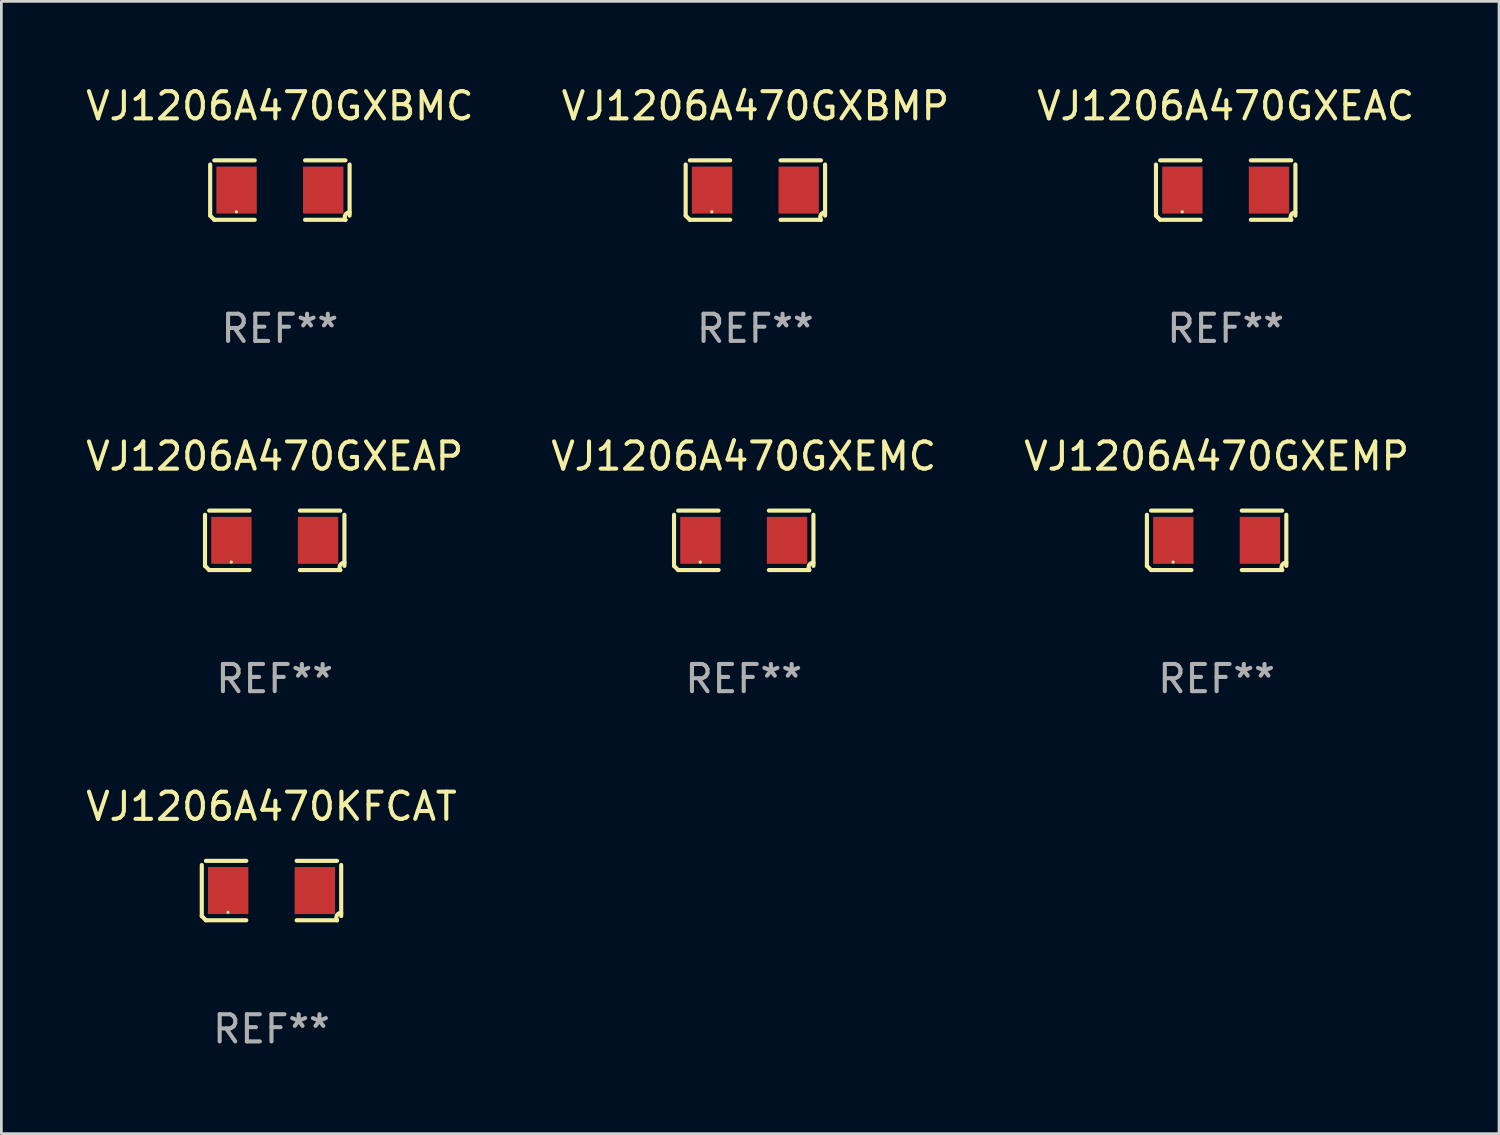
<source format=kicad_pcb>
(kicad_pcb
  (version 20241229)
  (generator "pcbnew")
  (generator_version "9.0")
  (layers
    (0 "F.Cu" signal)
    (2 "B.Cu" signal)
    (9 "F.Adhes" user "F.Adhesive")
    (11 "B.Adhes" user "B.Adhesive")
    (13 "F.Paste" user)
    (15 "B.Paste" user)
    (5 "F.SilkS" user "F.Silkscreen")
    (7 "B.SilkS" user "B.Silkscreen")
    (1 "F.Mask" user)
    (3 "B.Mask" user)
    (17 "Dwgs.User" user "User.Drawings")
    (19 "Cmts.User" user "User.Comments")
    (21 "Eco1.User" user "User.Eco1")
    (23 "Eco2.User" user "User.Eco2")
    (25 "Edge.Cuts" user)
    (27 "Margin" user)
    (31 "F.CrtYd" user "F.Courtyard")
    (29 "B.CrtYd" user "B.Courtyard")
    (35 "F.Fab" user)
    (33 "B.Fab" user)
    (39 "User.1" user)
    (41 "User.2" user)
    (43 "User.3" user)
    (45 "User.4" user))
  (footprint "VJ1206A470GXBMC"
    (layer "F.Cu")
    (at 7.244 3.941)
    (property "Reference" "VJ1206A470GXBMC" (at 0 -3.093 0) (layer "F.SilkS") (effects (font (size 1 1) (thickness 0.15))))
    (attr through_hole)
    (fp_line (start -2.564 0.94) (end -2.564 -0.94) (stroke (width 0.152) (type solid)) (layer "F.SilkS"))
    (fp_line (start -2.411 -1.093) (end -0.926 -1.093) (stroke (width 0.152) (type solid)) (layer "F.SilkS"))
    (fp_line (start -0.926 1.093) (end -2.411 1.093) (stroke (width 0.152) (type solid)) (layer "F.SilkS"))
    (fp_line (start 0.926 1.093) (end 2.411 1.093) (stroke (width 0.152) (type solid)) (layer "F.SilkS"))
    (fp_line (start 2.411 -1.093) (end 0.926 -1.093) (stroke (width 0.152) (type solid)) (layer "F.SilkS"))
    (fp_line (start 2.564 0.94) (end 2.564 -0.94) (stroke (width 0.152) (type solid)) (layer "F.SilkS"))
    (fp_arc (start -2.411201 1.092609) (mid -2.487413 1.01642) (end -2.563602 0.940208) (stroke (width 0.1524) (type solid)) (layer "F.SilkS"))
    (fp_arc (start 2.411201 1.092609) (mid 2.407159 0.911226) (end 2.563602 0.819347) (stroke (width 0.1524) (type solid)) (layer "F.SilkS"))
    (fp_circle (center -1.6 0.8) (end -1.57 0.8) (stroke (width 0.06) (type solid)) (fill no) (layer "F.SilkS"))
    (fp_text user "REF**" (at 0 5.093 0) (layer "F.Fab") (effects (font (size 1 1) (thickness 0.15))))
    (pad "1" smd rect (at -1.593 0) (size 1.485 1.728) (layers "F.Cu" "F.Mask" "F.Paste"))
    (pad "2" smd rect (at 1.593 0) (size 1.485 1.728) (layers "F.Cu" "F.Mask" "F.Paste")))
  (footprint "VJ1206A470GXEAC"
    (layer "F.Cu")
    (at 42.03 3.941)
    (property "Reference" "VJ1206A470GXEAC" (at 0 -3.093 0) (layer "F.SilkS") (effects (font (size 1 1) (thickness 0.15))))
    (attr through_hole)
    (fp_line (start -2.564 0.94) (end -2.564 -0.94) (stroke (width 0.152) (type solid)) (layer "F.SilkS"))
    (fp_line (start -2.411 -1.093) (end -0.926 -1.093) (stroke (width 0.152) (type solid)) (layer "F.SilkS"))
    (fp_line (start -0.926 1.093) (end -2.411 1.093) (stroke (width 0.152) (type solid)) (layer "F.SilkS"))
    (fp_line (start 0.926 1.093) (end 2.411 1.093) (stroke (width 0.152) (type solid)) (layer "F.SilkS"))
    (fp_line (start 2.411 -1.093) (end 0.926 -1.093) (stroke (width 0.152) (type solid)) (layer "F.SilkS"))
    (fp_line (start 2.564 0.94) (end 2.564 -0.94) (stroke (width 0.152) (type solid)) (layer "F.SilkS"))
    (fp_arc (start -2.411201 1.092609) (mid -2.487413 1.01642) (end -2.563602 0.940208) (stroke (width 0.1524) (type solid)) (layer "F.SilkS"))
    (fp_arc (start 2.411201 1.092609) (mid 2.407159 0.911226) (end 2.563602 0.819347) (stroke (width 0.1524) (type solid)) (layer "F.SilkS"))
    (fp_circle (center -1.6 0.8) (end -1.57 0.8) (stroke (width 0.06) (type solid)) (fill no) (layer "F.SilkS"))
    (fp_text user "REF**" (at 0 5.093 0) (layer "F.Fab") (effects (font (size 1 1) (thickness 0.15))))
    (pad "1" smd rect (at -1.593 0) (size 1.485 1.728) (layers "F.Cu" "F.Mask" "F.Paste"))
    (pad "2" smd rect (at 1.593 0) (size 1.485 1.728) (layers "F.Cu" "F.Mask" "F.Paste")))
  (footprint "VJ1206A470KFCAT"
    (layer "F.Cu")
    (at 6.935 29.704)
    (property "Reference" "VJ1206A470KFCAT" (at 0 -3.093 0) (layer "F.SilkS") (effects (font (size 1 1) (thickness 0.15))))
    (attr through_hole)
    (fp_line (start -2.564 0.94) (end -2.564 -0.94) (stroke (width 0.152) (type solid)) (layer "F.SilkS"))
    (fp_line (start -2.411 -1.093) (end -0.926 -1.093) (stroke (width 0.152) (type solid)) (layer "F.SilkS"))
    (fp_line (start -0.926 1.093) (end -2.411 1.093) (stroke (width 0.152) (type solid)) (layer "F.SilkS"))
    (fp_line (start 0.926 1.093) (end 2.411 1.093) (stroke (width 0.152) (type solid)) (layer "F.SilkS"))
    (fp_line (start 2.411 -1.093) (end 0.926 -1.093) (stroke (width 0.152) (type solid)) (layer "F.SilkS"))
    (fp_line (start 2.564 0.94) (end 2.564 -0.94) (stroke (width 0.152) (type solid)) (layer "F.SilkS"))
    (fp_arc (start -2.411201 1.092609) (mid -2.487413 1.01642) (end -2.563602 0.940208) (stroke (width 0.1524) (type solid)) (layer "F.SilkS"))
    (fp_arc (start 2.411201 1.092609) (mid 2.407159 0.911226) (end 2.563602 0.819347) (stroke (width 0.1524) (type solid)) (layer "F.SilkS"))
    (fp_circle (center -1.6 0.8) (end -1.57 0.8) (stroke (width 0.06) (type solid)) (fill no) (layer "F.SilkS"))
    (fp_text user "REF**" (at 0 5.093 0) (layer "F.Fab") (effects (font (size 1 1) (thickness 0.15))))
    (pad "1" smd rect (at -1.593 0) (size 1.485 1.728) (layers "F.Cu" "F.Mask" "F.Paste"))
    (pad "2" smd rect (at 1.593 0) (size 1.485 1.728) (layers "F.Cu" "F.Mask" "F.Paste")))
  (footprint "VJ1206A470GXBMP"
    (layer "F.Cu")
    (at 24.732 3.941)
    (property "Reference" "VJ1206A470GXBMP" (at 0 -3.093 0) (layer "F.SilkS") (effects (font (size 1 1) (thickness 0.15))))
    (attr through_hole)
    (fp_line (start -2.564 0.94) (end -2.564 -0.94) (stroke (width 0.152) (type solid)) (layer "F.SilkS"))
    (fp_line (start -2.411 -1.093) (end -0.926 -1.093) (stroke (width 0.152) (type solid)) (layer "F.SilkS"))
    (fp_line (start -0.926 1.093) (end -2.411 1.093) (stroke (width 0.152) (type solid)) (layer "F.SilkS"))
    (fp_line (start 0.926 1.093) (end 2.411 1.093) (stroke (width 0.152) (type solid)) (layer "F.SilkS"))
    (fp_line (start 2.411 -1.093) (end 0.926 -1.093) (stroke (width 0.152) (type solid)) (layer "F.SilkS"))
    (fp_line (start 2.564 0.94) (end 2.564 -0.94) (stroke (width 0.152) (type solid)) (layer "F.SilkS"))
    (fp_arc (start -2.411201 1.092609) (mid -2.487413 1.01642) (end -2.563602 0.940208) (stroke (width 0.1524) (type solid)) (layer "F.SilkS"))
    (fp_arc (start 2.411201 1.092609) (mid 2.407159 0.911226) (end 2.563602 0.819347) (stroke (width 0.1524) (type solid)) (layer "F.SilkS"))
    (fp_circle (center -1.6 0.8) (end -1.57 0.8) (stroke (width 0.06) (type solid)) (fill no) (layer "F.SilkS"))
    (fp_text user "REF**" (at 0 5.093 0) (layer "F.Fab") (effects (font (size 1 1) (thickness 0.15))))
    (pad "1" smd rect (at -1.593 0) (size 1.485 1.728) (layers "F.Cu" "F.Mask" "F.Paste"))
    (pad "2" smd rect (at 1.593 0) (size 1.485 1.728) (layers "F.Cu" "F.Mask" "F.Paste")))
  (footprint "VJ1206A470GXEMC"
    (layer "F.Cu")
    (at 24.304 16.823)
    (property "Reference" "VJ1206A470GXEMC" (at 0 -3.093 0) (layer "F.SilkS") (effects (font (size 1 1) (thickness 0.15))))
    (attr through_hole)
    (fp_line (start -2.564 0.94) (end -2.564 -0.94) (stroke (width 0.152) (type solid)) (layer "F.SilkS"))
    (fp_line (start -2.411 -1.093) (end -0.926 -1.093) (stroke (width 0.152) (type solid)) (layer "F.SilkS"))
    (fp_line (start -0.926 1.093) (end -2.411 1.093) (stroke (width 0.152) (type solid)) (layer "F.SilkS"))
    (fp_line (start 0.926 1.093) (end 2.411 1.093) (stroke (width 0.152) (type solid)) (layer "F.SilkS"))
    (fp_line (start 2.411 -1.093) (end 0.926 -1.093) (stroke (width 0.152) (type solid)) (layer "F.SilkS"))
    (fp_line (start 2.564 0.94) (end 2.564 -0.94) (stroke (width 0.152) (type solid)) (layer "F.SilkS"))
    (fp_arc (start -2.411201 1.092609) (mid -2.487413 1.01642) (end -2.563602 0.940208) (stroke (width 0.1524) (type solid)) (layer "F.SilkS"))
    (fp_arc (start 2.411201 1.092609) (mid 2.407159 0.911226) (end 2.563602 0.819347) (stroke (width 0.1524) (type solid)) (layer "F.SilkS"))
    (fp_circle (center -1.6 0.8) (end -1.57 0.8) (stroke (width 0.06) (type solid)) (fill no) (layer "F.SilkS"))
    (fp_text user "REF**" (at 0 5.093 0) (layer "F.Fab") (effects (font (size 1 1) (thickness 0.15))))
    (pad "1" smd rect (at -1.593 0) (size 1.485 1.728) (layers "F.Cu" "F.Mask" "F.Paste"))
    (pad "2" smd rect (at 1.593 0) (size 1.485 1.728) (layers "F.Cu" "F.Mask" "F.Paste")))
  (footprint "VJ1206A470GXEAP"
    (layer "F.Cu")
    (at 7.054 16.823)
    (property "Reference" "VJ1206A470GXEAP" (at 0 -3.093 0) (layer "F.SilkS") (effects (font (size 1 1) (thickness 0.15))))
    (attr through_hole)
    (fp_line (start -2.564 0.94) (end -2.564 -0.94) (stroke (width 0.152) (type solid)) (layer "F.SilkS"))
    (fp_line (start -2.411 -1.093) (end -0.926 -1.093) (stroke (width 0.152) (type solid)) (layer "F.SilkS"))
    (fp_line (start -0.926 1.093) (end -2.411 1.093) (stroke (width 0.152) (type solid)) (layer "F.SilkS"))
    (fp_line (start 0.926 1.093) (end 2.411 1.093) (stroke (width 0.152) (type solid)) (layer "F.SilkS"))
    (fp_line (start 2.411 -1.093) (end 0.926 -1.093) (stroke (width 0.152) (type solid)) (layer "F.SilkS"))
    (fp_line (start 2.564 0.94) (end 2.564 -0.94) (stroke (width 0.152) (type solid)) (layer "F.SilkS"))
    (fp_arc (start -2.411201 1.092609) (mid -2.487413 1.01642) (end -2.563602 0.940208) (stroke (width 0.1524) (type solid)) (layer "F.SilkS"))
    (fp_arc (start 2.411201 1.092609) (mid 2.407159 0.911226) (end 2.563602 0.819347) (stroke (width 0.1524) (type solid)) (layer "F.SilkS"))
    (fp_circle (center -1.6 0.8) (end -1.57 0.8) (stroke (width 0.06) (type solid)) (fill no) (layer "F.SilkS"))
    (fp_text user "REF**" (at 0 5.093 0) (layer "F.Fab") (effects (font (size 1 1) (thickness 0.15))))
    (pad "1" smd rect (at -1.593 0) (size 1.485 1.728) (layers "F.Cu" "F.Mask" "F.Paste"))
    (pad "2" smd rect (at 1.593 0) (size 1.485 1.728) (layers "F.Cu" "F.Mask" "F.Paste")))
  (footprint "VJ1206A470GXEMP"
    (layer "F.Cu")
    (at 41.696 16.823)
    (property "Reference" "VJ1206A470GXEMP" (at 0 -3.093 0) (layer "F.SilkS") (effects (font (size 1 1) (thickness 0.15))))
    (attr through_hole)
    (fp_line (start -2.564 0.94) (end -2.564 -0.94) (stroke (width 0.152) (type solid)) (layer "F.SilkS"))
    (fp_line (start -2.411 -1.093) (end -0.926 -1.093) (stroke (width 0.152) (type solid)) (layer "F.SilkS"))
    (fp_line (start -0.926 1.093) (end -2.411 1.093) (stroke (width 0.152) (type solid)) (layer "F.SilkS"))
    (fp_line (start 0.926 1.093) (end 2.411 1.093) (stroke (width 0.152) (type solid)) (layer "F.SilkS"))
    (fp_line (start 2.411 -1.093) (end 0.926 -1.093) (stroke (width 0.152) (type solid)) (layer "F.SilkS"))
    (fp_line (start 2.564 0.94) (end 2.564 -0.94) (stroke (width 0.152) (type solid)) (layer "F.SilkS"))
    (fp_arc (start -2.411201 1.092609) (mid -2.487413 1.01642) (end -2.563602 0.940208) (stroke (width 0.1524) (type solid)) (layer "F.SilkS"))
    (fp_arc (start 2.411201 1.092609) (mid 2.407159 0.911226) (end 2.563602 0.819347) (stroke (width 0.1524) (type solid)) (layer "F.SilkS"))
    (fp_circle (center -1.6 0.8) (end -1.57 0.8) (stroke (width 0.06) (type solid)) (fill no) (layer "F.SilkS"))
    (fp_text user "REF**" (at 0 5.093 0) (layer "F.Fab") (effects (font (size 1 1) (thickness 0.15))))
    (pad "1" smd rect (at -1.593 0) (size 1.485 1.728) (layers "F.Cu" "F.Mask" "F.Paste"))
    (pad "2" smd rect (at 1.593 0) (size 1.485 1.728) (layers "F.Cu" "F.Mask" "F.Paste")))
  (gr_rect
    (start -3 -3)
    (end 52.083 38.645)
    (stroke (width 0.1) (type default))
    (fill no)
    (layer "Edge.Cuts")))
</source>
